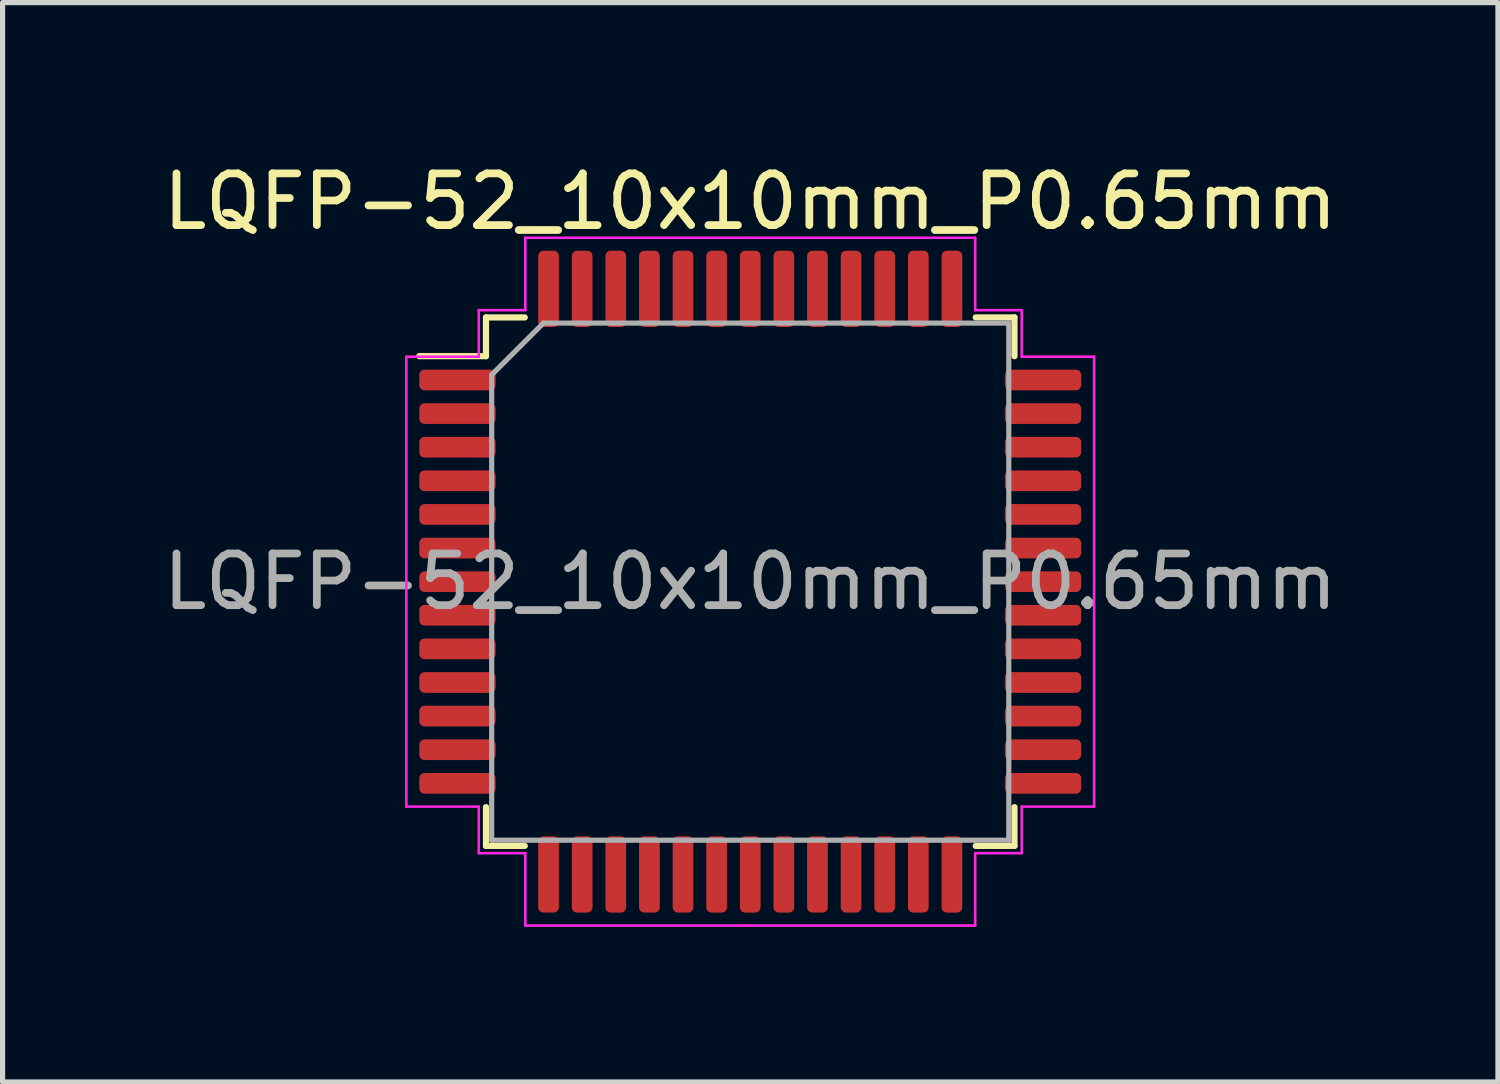
<source format=kicad_pcb>
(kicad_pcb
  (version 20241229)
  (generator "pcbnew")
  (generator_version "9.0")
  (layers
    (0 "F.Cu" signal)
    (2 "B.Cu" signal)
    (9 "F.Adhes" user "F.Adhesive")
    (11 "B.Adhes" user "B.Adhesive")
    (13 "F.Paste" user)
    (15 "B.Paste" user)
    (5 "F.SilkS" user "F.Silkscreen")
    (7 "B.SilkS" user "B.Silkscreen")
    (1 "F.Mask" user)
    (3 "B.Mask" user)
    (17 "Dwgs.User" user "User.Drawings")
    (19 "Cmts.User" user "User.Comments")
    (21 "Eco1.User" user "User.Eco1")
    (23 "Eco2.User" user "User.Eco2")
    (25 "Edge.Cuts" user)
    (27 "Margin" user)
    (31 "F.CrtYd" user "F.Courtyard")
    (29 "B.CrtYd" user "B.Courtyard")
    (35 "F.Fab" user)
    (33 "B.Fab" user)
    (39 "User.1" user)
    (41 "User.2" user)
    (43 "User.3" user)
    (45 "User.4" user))
  (footprint "LQFP-52_10x10mm_P0.65mm"
    (layer "F.Cu")
    (at 11.458 8.198)
    (property "Reference" "LQFP-52_10x10mm_P0.65mm" (at 0 -7.35 0) (layer "F.SilkS") (effects (font (size 1 1) (thickness 0.15))))
    (attr smd)
    (fp_line (start -5.11 -5.11) (end -5.11 -4.36) (stroke (width 0.12) (type solid)) (layer "F.SilkS"))
    (fp_line (start -5.11 -4.36) (end -6.4 -4.36) (stroke (width 0.12) (type solid)) (layer "F.SilkS"))
    (fp_line (start -5.11 5.11) (end -5.11 4.36) (stroke (width 0.12) (type solid)) (layer "F.SilkS"))
    (fp_line (start -4.36 -5.11) (end -5.11 -5.11) (stroke (width 0.12) (type solid)) (layer "F.SilkS"))
    (fp_line (start -4.36 5.11) (end -5.11 5.11) (stroke (width 0.12) (type solid)) (layer "F.SilkS"))
    (fp_line (start 4.36 -5.11) (end 5.11 -5.11) (stroke (width 0.12) (type solid)) (layer "F.SilkS"))
    (fp_line (start 4.36 5.11) (end 5.11 5.11) (stroke (width 0.12) (type solid)) (layer "F.SilkS"))
    (fp_line (start 5.11 -5.11) (end 5.11 -4.36) (stroke (width 0.12) (type solid)) (layer "F.SilkS"))
    (fp_line (start 5.11 5.11) (end 5.11 4.36) (stroke (width 0.12) (type solid)) (layer "F.SilkS"))
    (fp_line (start -6.65 -4.35) (end -6.65 0) (stroke (width 0.05) (type solid)) (layer "F.CrtYd"))
    (fp_line (start -6.65 4.35) (end -6.65 0) (stroke (width 0.05) (type solid)) (layer "F.CrtYd"))
    (fp_line (start -5.25 -5.25) (end -5.25 -4.35) (stroke (width 0.05) (type solid)) (layer "F.CrtYd"))
    (fp_line (start -5.25 -4.35) (end -6.65 -4.35) (stroke (width 0.05) (type solid)) (layer "F.CrtYd"))
    (fp_line (start -5.25 4.35) (end -6.65 4.35) (stroke (width 0.05) (type solid)) (layer "F.CrtYd"))
    (fp_line (start -5.25 5.25) (end -5.25 4.35) (stroke (width 0.05) (type solid)) (layer "F.CrtYd"))
    (fp_line (start -4.35 -6.65) (end -4.35 -5.25) (stroke (width 0.05) (type solid)) (layer "F.CrtYd"))
    (fp_line (start -4.35 -5.25) (end -5.25 -5.25) (stroke (width 0.05) (type solid)) (layer "F.CrtYd"))
    (fp_line (start -4.35 5.25) (end -5.25 5.25) (stroke (width 0.05) (type solid)) (layer "F.CrtYd"))
    (fp_line (start -4.35 6.65) (end -4.35 5.25) (stroke (width 0.05) (type solid)) (layer "F.CrtYd"))
    (fp_line (start 0 -6.65) (end -4.35 -6.65) (stroke (width 0.05) (type solid)) (layer "F.CrtYd"))
    (fp_line (start 0 -6.65) (end 4.35 -6.65) (stroke (width 0.05) (type solid)) (layer "F.CrtYd"))
    (fp_line (start 0 6.65) (end -4.35 6.65) (stroke (width 0.05) (type solid)) (layer "F.CrtYd"))
    (fp_line (start 0 6.65) (end 4.35 6.65) (stroke (width 0.05) (type solid)) (layer "F.CrtYd"))
    (fp_line (start 4.35 -6.65) (end 4.35 -5.25) (stroke (width 0.05) (type solid)) (layer "F.CrtYd"))
    (fp_line (start 4.35 -5.25) (end 5.25 -5.25) (stroke (width 0.05) (type solid)) (layer "F.CrtYd"))
    (fp_line (start 4.35 5.25) (end 5.25 5.25) (stroke (width 0.05) (type solid)) (layer "F.CrtYd"))
    (fp_line (start 4.35 6.65) (end 4.35 5.25) (stroke (width 0.05) (type solid)) (layer "F.CrtYd"))
    (fp_line (start 5.25 -5.25) (end 5.25 -4.35) (stroke (width 0.05) (type solid)) (layer "F.CrtYd"))
    (fp_line (start 5.25 -4.35) (end 6.65 -4.35) (stroke (width 0.05) (type solid)) (layer "F.CrtYd"))
    (fp_line (start 5.25 4.35) (end 6.65 4.35) (stroke (width 0.05) (type solid)) (layer "F.CrtYd"))
    (fp_line (start 5.25 5.25) (end 5.25 4.35) (stroke (width 0.05) (type solid)) (layer "F.CrtYd"))
    (fp_line (start 6.65 -4.35) (end 6.65 0) (stroke (width 0.05) (type solid)) (layer "F.CrtYd"))
    (fp_line (start 6.65 4.35) (end 6.65 0) (stroke (width 0.05) (type solid)) (layer "F.CrtYd"))
    (fp_line (start -5 -4) (end -4 -5) (stroke (width 0.1) (type solid)) (layer "F.Fab"))
    (fp_line (start -5 5) (end -5 -4) (stroke (width 0.1) (type solid)) (layer "F.Fab"))
    (fp_line (start -4 -5) (end 5 -5) (stroke (width 0.1) (type solid)) (layer "F.Fab"))
    (fp_line (start 5 -5) (end 5 5) (stroke (width 0.1) (type solid)) (layer "F.Fab"))
    (fp_line (start 5 5) (end -5 5) (stroke (width 0.1) (type solid)) (layer "F.Fab"))
    (fp_text user "${REFERENCE}" (at 0 0 0) (layer "F.Fab") (effects (font (size 1 1) (thickness 0.15))))
    (pad "1" smd roundrect (at -5.662 -3.9) (size 1.475 0.4) (layers "F.Cu" "F.Mask" "F.Paste") (roundrect_rratio 0.25))
    (pad "2" smd roundrect (at -5.662 -3.25) (size 1.475 0.4) (layers "F.Cu" "F.Mask" "F.Paste") (roundrect_rratio 0.25))
    (pad "3" smd roundrect (at -5.662 -2.6) (size 1.475 0.4) (layers "F.Cu" "F.Mask" "F.Paste") (roundrect_rratio 0.25))
    (pad "4" smd roundrect (at -5.662 -1.95) (size 1.475 0.4) (layers "F.Cu" "F.Mask" "F.Paste") (roundrect_rratio 0.25))
    (pad "5" smd roundrect (at -5.662 -1.3) (size 1.475 0.4) (layers "F.Cu" "F.Mask" "F.Paste") (roundrect_rratio 0.25))
    (pad "6" smd roundrect (at -5.662 -0.65) (size 1.475 0.4) (layers "F.Cu" "F.Mask" "F.Paste") (roundrect_rratio 0.25))
    (pad "7" smd roundrect (at -5.662 0) (size 1.475 0.4) (layers "F.Cu" "F.Mask" "F.Paste") (roundrect_rratio 0.25))
    (pad "8" smd roundrect (at -5.662 0.65) (size 1.475 0.4) (layers "F.Cu" "F.Mask" "F.Paste") (roundrect_rratio 0.25))
    (pad "9" smd roundrect (at -5.662 1.3) (size 1.475 0.4) (layers "F.Cu" "F.Mask" "F.Paste") (roundrect_rratio 0.25))
    (pad "10" smd roundrect (at -5.662 1.95) (size 1.475 0.4) (layers "F.Cu" "F.Mask" "F.Paste") (roundrect_rratio 0.25))
    (pad "11" smd roundrect (at -5.662 2.6) (size 1.475 0.4) (layers "F.Cu" "F.Mask" "F.Paste") (roundrect_rratio 0.25))
    (pad "12" smd roundrect (at -5.662 3.25) (size 1.475 0.4) (layers "F.Cu" "F.Mask" "F.Paste") (roundrect_rratio 0.25))
    (pad "13" smd roundrect (at -5.662 3.9) (size 1.475 0.4) (layers "F.Cu" "F.Mask" "F.Paste") (roundrect_rratio 0.25))
    (pad "14" smd roundrect (at -3.9 5.662) (size 0.4 1.475) (layers "F.Cu" "F.Mask" "F.Paste") (roundrect_rratio 0.25))
    (pad "15" smd roundrect (at -3.25 5.662) (size 0.4 1.475) (layers "F.Cu" "F.Mask" "F.Paste") (roundrect_rratio 0.25))
    (pad "16" smd roundrect (at -2.6 5.662) (size 0.4 1.475) (layers "F.Cu" "F.Mask" "F.Paste") (roundrect_rratio 0.25))
    (pad "17" smd roundrect (at -1.95 5.662) (size 0.4 1.475) (layers "F.Cu" "F.Mask" "F.Paste") (roundrect_rratio 0.25))
    (pad "18" smd roundrect (at -1.3 5.662) (size 0.4 1.475) (layers "F.Cu" "F.Mask" "F.Paste") (roundrect_rratio 0.25))
    (pad "19" smd roundrect (at -0.65 5.662) (size 0.4 1.475) (layers "F.Cu" "F.Mask" "F.Paste") (roundrect_rratio 0.25))
    (pad "20" smd roundrect (at 0 5.662) (size 0.4 1.475) (layers "F.Cu" "F.Mask" "F.Paste") (roundrect_rratio 0.25))
    (pad "21" smd roundrect (at 0.65 5.662) (size 0.4 1.475) (layers "F.Cu" "F.Mask" "F.Paste") (roundrect_rratio 0.25))
    (pad "22" smd roundrect (at 1.3 5.662) (size 0.4 1.475) (layers "F.Cu" "F.Mask" "F.Paste") (roundrect_rratio 0.25))
    (pad "23" smd roundrect (at 1.95 5.662) (size 0.4 1.475) (layers "F.Cu" "F.Mask" "F.Paste") (roundrect_rratio 0.25))
    (pad "24" smd roundrect (at 2.6 5.662) (size 0.4 1.475) (layers "F.Cu" "F.Mask" "F.Paste") (roundrect_rratio 0.25))
    (pad "25" smd roundrect (at 3.25 5.662) (size 0.4 1.475) (layers "F.Cu" "F.Mask" "F.Paste") (roundrect_rratio 0.25))
    (pad "26" smd roundrect (at 3.9 5.662) (size 0.4 1.475) (layers "F.Cu" "F.Mask" "F.Paste") (roundrect_rratio 0.25))
    (pad "27" smd roundrect (at 5.662 3.9) (size 1.475 0.4) (layers "F.Cu" "F.Mask" "F.Paste") (roundrect_rratio 0.25))
    (pad "28" smd roundrect (at 5.662 3.25) (size 1.475 0.4) (layers "F.Cu" "F.Mask" "F.Paste") (roundrect_rratio 0.25))
    (pad "29" smd roundrect (at 5.662 2.6) (size 1.475 0.4) (layers "F.Cu" "F.Mask" "F.Paste") (roundrect_rratio 0.25))
    (pad "30" smd roundrect (at 5.662 1.95) (size 1.475 0.4) (layers "F.Cu" "F.Mask" "F.Paste") (roundrect_rratio 0.25))
    (pad "31" smd roundrect (at 5.662 1.3) (size 1.475 0.4) (layers "F.Cu" "F.Mask" "F.Paste") (roundrect_rratio 0.25))
    (pad "32" smd roundrect (at 5.662 0.65) (size 1.475 0.4) (layers "F.Cu" "F.Mask" "F.Paste") (roundrect_rratio 0.25))
    (pad "33" smd roundrect (at 5.662 0) (size 1.475 0.4) (layers "F.Cu" "F.Mask" "F.Paste") (roundrect_rratio 0.25))
    (pad "34" smd roundrect (at 5.662 -0.65) (size 1.475 0.4) (layers "F.Cu" "F.Mask" "F.Paste") (roundrect_rratio 0.25))
    (pad "35" smd roundrect (at 5.662 -1.3) (size 1.475 0.4) (layers "F.Cu" "F.Mask" "F.Paste") (roundrect_rratio 0.25))
    (pad "36" smd roundrect (at 5.662 -1.95) (size 1.475 0.4) (layers "F.Cu" "F.Mask" "F.Paste") (roundrect_rratio 0.25))
    (pad "37" smd roundrect (at 5.662 -2.6) (size 1.475 0.4) (layers "F.Cu" "F.Mask" "F.Paste") (roundrect_rratio 0.25))
    (pad "38" smd roundrect (at 5.662 -3.25) (size 1.475 0.4) (layers "F.Cu" "F.Mask" "F.Paste") (roundrect_rratio 0.25))
    (pad "39" smd roundrect (at 5.662 -3.9) (size 1.475 0.4) (layers "F.Cu" "F.Mask" "F.Paste") (roundrect_rratio 0.25))
    (pad "40" smd roundrect (at 3.9 -5.662) (size 0.4 1.475) (layers "F.Cu" "F.Mask" "F.Paste") (roundrect_rratio 0.25))
    (pad "41" smd roundrect (at 3.25 -5.662) (size 0.4 1.475) (layers "F.Cu" "F.Mask" "F.Paste") (roundrect_rratio 0.25))
    (pad "42" smd roundrect (at 2.6 -5.662) (size 0.4 1.475) (layers "F.Cu" "F.Mask" "F.Paste") (roundrect_rratio 0.25))
    (pad "43" smd roundrect (at 1.95 -5.662) (size 0.4 1.475) (layers "F.Cu" "F.Mask" "F.Paste") (roundrect_rratio 0.25))
    (pad "44" smd roundrect (at 1.3 -5.662) (size 0.4 1.475) (layers "F.Cu" "F.Mask" "F.Paste") (roundrect_rratio 0.25))
    (pad "45" smd roundrect (at 0.65 -5.662) (size 0.4 1.475) (layers "F.Cu" "F.Mask" "F.Paste") (roundrect_rratio 0.25))
    (pad "46" smd roundrect (at 0 -5.662) (size 0.4 1.475) (layers "F.Cu" "F.Mask" "F.Paste") (roundrect_rratio 0.25))
    (pad "47" smd roundrect (at -0.65 -5.662) (size 0.4 1.475) (layers "F.Cu" "F.Mask" "F.Paste") (roundrect_rratio 0.25))
    (pad "48" smd roundrect (at -1.3 -5.662) (size 0.4 1.475) (layers "F.Cu" "F.Mask" "F.Paste") (roundrect_rratio 0.25))
    (pad "49" smd roundrect (at -1.95 -5.662) (size 0.4 1.475) (layers "F.Cu" "F.Mask" "F.Paste") (roundrect_rratio 0.25))
    (pad "50" smd roundrect (at -2.6 -5.662) (size 0.4 1.475) (layers "F.Cu" "F.Mask" "F.Paste") (roundrect_rratio 0.25))
    (pad "51" smd roundrect (at -3.25 -5.662) (size 0.4 1.475) (layers "F.Cu" "F.Mask" "F.Paste") (roundrect_rratio 0.25))
    (pad "52" smd roundrect (at -3.9 -5.662) (size 0.4 1.475) (layers "F.Cu" "F.Mask" "F.Paste") (roundrect_rratio 0.25)))
  (gr_rect
    (start -3 -3)
    (end 25.917 17.873)
    (stroke (width 0.1) (type default))
    (fill no)
    (layer "Edge.Cuts")))
</source>
